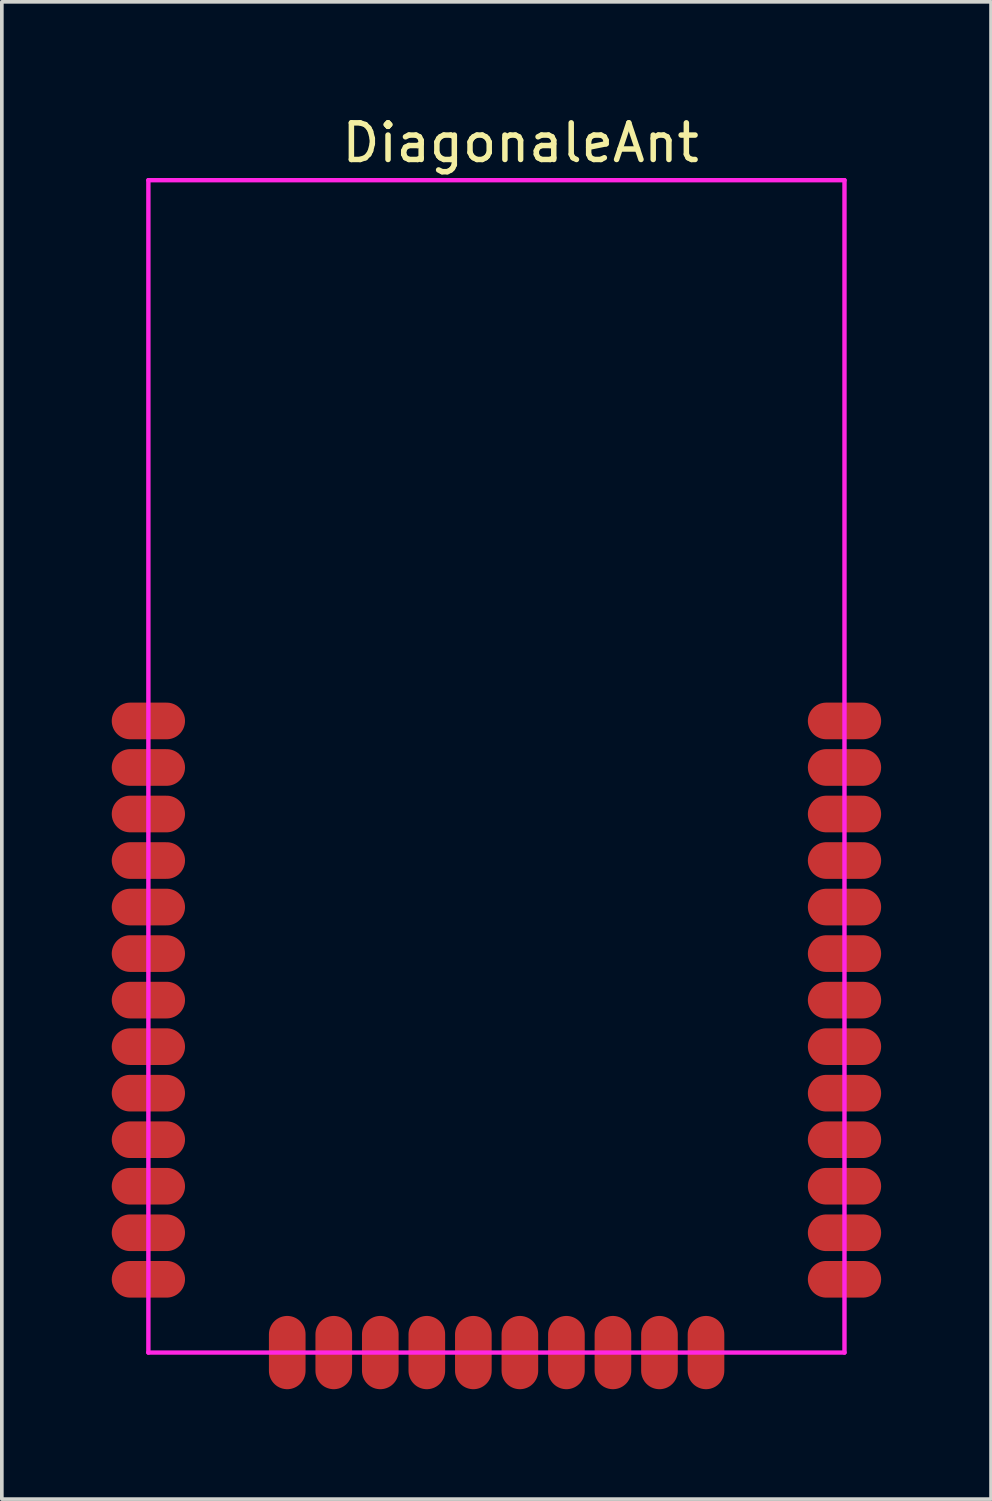
<source format=kicad_pcb>
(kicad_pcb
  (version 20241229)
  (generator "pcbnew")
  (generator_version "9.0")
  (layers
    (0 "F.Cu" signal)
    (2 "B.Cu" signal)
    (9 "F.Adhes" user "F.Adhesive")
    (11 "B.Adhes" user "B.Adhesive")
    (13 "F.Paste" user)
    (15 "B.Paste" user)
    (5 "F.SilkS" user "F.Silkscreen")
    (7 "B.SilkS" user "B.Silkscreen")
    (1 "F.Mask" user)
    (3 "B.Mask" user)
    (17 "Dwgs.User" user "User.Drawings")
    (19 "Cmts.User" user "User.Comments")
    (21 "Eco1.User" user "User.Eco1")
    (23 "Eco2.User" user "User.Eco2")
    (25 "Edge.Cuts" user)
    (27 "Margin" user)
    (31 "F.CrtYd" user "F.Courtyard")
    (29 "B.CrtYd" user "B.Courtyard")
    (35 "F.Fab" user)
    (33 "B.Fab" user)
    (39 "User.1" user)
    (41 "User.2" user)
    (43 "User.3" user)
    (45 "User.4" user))
  (footprint "DiagonaleAnt"
    (layer "F.Cu")
    (at 1 33.868)
    (property "Reference" "DiagonaleAnt" (at 10.16 -33.02 0) (layer "F.SilkS") (effects (font (size 1 1) (thickness 0.15))))
    (attr through_hole)
    (fp_line (start 0 -32) (end 19 -32) (stroke (width 0.12) (type solid)) (layer "F.CrtYd"))
    (fp_line (start 0 0) (end 0 -32) (stroke (width 0.12) (type solid)) (layer "F.CrtYd"))
    (fp_line (start 0 0) (end 19 0) (stroke (width 0.12) (type solid)) (layer "F.CrtYd"))
    (fp_line (start 19 0) (end 19 -32) (stroke (width 0.12) (type solid)) (layer "F.CrtYd"))
    (pad "1" smd oval (at 0 -17.24) (size 2 1) (layers "F.Cu" "F.Mask" "F.Paste"))
    (pad "2" smd oval (at 0 -15.97) (size 2 1) (layers "F.Cu" "F.Mask" "F.Paste"))
    (pad "3" smd oval (at 0 -14.7) (size 2 1) (layers "F.Cu" "F.Mask" "F.Paste"))
    (pad "4" smd oval (at 0 -13.43) (size 2 1) (layers "F.Cu" "F.Mask" "F.Paste"))
    (pad "5" smd oval (at 0 -12.16) (size 2 1) (layers "F.Cu" "F.Mask" "F.Paste"))
    (pad "6" smd oval (at 0 -10.89) (size 2 1) (layers "F.Cu" "F.Mask" "F.Paste"))
    (pad "7" smd oval (at 0 -9.62) (size 2 1) (layers "F.Cu" "F.Mask" "F.Paste"))
    (pad "8" smd oval (at 0 -8.35) (size 2 1) (layers "F.Cu" "F.Mask" "F.Paste"))
    (pad "9" smd oval (at 0 -7.08) (size 2 1) (layers "F.Cu" "F.Mask" "F.Paste"))
    (pad "10" smd oval (at 0 -5.81) (size 2 1) (layers "F.Cu" "F.Mask" "F.Paste"))
    (pad "11" smd oval (at 0 -4.54) (size 2 1) (layers "F.Cu" "F.Mask" "F.Paste"))
    (pad "12" smd oval (at 0 -3.27) (size 2 1) (layers "F.Cu" "F.Mask" "F.Paste"))
    (pad "13" smd oval (at 0 -2) (size 2 1) (layers "F.Cu" "F.Mask" "F.Paste"))
    (pad "14" smd oval (at 3.79 0 90) (size 2 1) (layers "F.Cu" "F.Mask" "F.Paste"))
    (pad "15" smd oval (at 5.06 0 90) (size 2 1) (layers "F.Cu" "F.Mask" "F.Paste"))
    (pad "16" smd oval (at 6.33 0 90) (size 2 1) (layers "F.Cu" "F.Mask" "F.Paste"))
    (pad "17" smd oval (at 7.6 0 90) (size 2 1) (layers "F.Cu" "F.Mask" "F.Paste"))
    (pad "18" smd oval (at 8.87 0 90) (size 2 1) (layers "F.Cu" "F.Mask" "F.Paste"))
    (pad "19" smd oval (at 10.14 0 90) (size 2 1) (layers "F.Cu" "F.Mask" "F.Paste"))
    (pad "20" smd oval (at 11.41 0 90) (size 2 1) (layers "F.Cu" "F.Mask" "F.Paste"))
    (pad "21" smd oval (at 12.68 0 90) (size 2 1) (layers "F.Cu" "F.Mask" "F.Paste"))
    (pad "22" smd oval (at 13.95 0 90) (size 2 1) (layers "F.Cu" "F.Mask" "F.Paste"))
    (pad "23" smd oval (at 15.22 0 90) (size 2 1) (layers "F.Cu" "F.Mask" "F.Paste"))
    (pad "24" smd oval (at 19 -2) (size 2 1) (layers "F.Cu" "F.Mask" "F.Paste"))
    (pad "25" smd oval (at 19 -3.27) (size 2 1) (layers "F.Cu" "F.Mask" "F.Paste"))
    (pad "26" smd oval (at 19 -4.54) (size 2 1) (layers "F.Cu" "F.Mask" "F.Paste"))
    (pad "27" smd oval (at 19 -5.81) (size 2 1) (layers "F.Cu" "F.Mask" "F.Paste"))
    (pad "28" smd oval (at 19 -7.08) (size 2 1) (layers "F.Cu" "F.Mask" "F.Paste"))
    (pad "29" smd oval (at 19 -8.35) (size 2 1) (layers "F.Cu" "F.Mask" "F.Paste"))
    (pad "30" smd oval (at 19 -9.62) (size 2 1) (layers "F.Cu" "F.Mask" "F.Paste"))
    (pad "31" smd oval (at 19 -10.89) (size 2 1) (layers "F.Cu" "F.Mask" "F.Paste"))
    (pad "32" smd oval (at 19 -12.16) (size 2 1) (layers "F.Cu" "F.Mask" "F.Paste"))
    (pad "33" smd oval (at 19 -13.43) (size 2 1) (layers "F.Cu" "F.Mask" "F.Paste"))
    (pad "34" smd oval (at 19 -14.7) (size 2 1) (layers "F.Cu" "F.Mask" "F.Paste"))
    (pad "35" smd oval (at 19 -15.97) (size 2 1) (layers "F.Cu" "F.Mask" "F.Paste"))
    (pad "36" smd oval (at 19 -17.24) (size 2 1) (layers "F.Cu" "F.Mask" "F.Paste")))
  (gr_rect
    (start -3 -3)
    (end 24 37.868)
    (stroke (width 0.1) (type default))
    (fill no)
    (layer "Edge.Cuts")))
</source>
